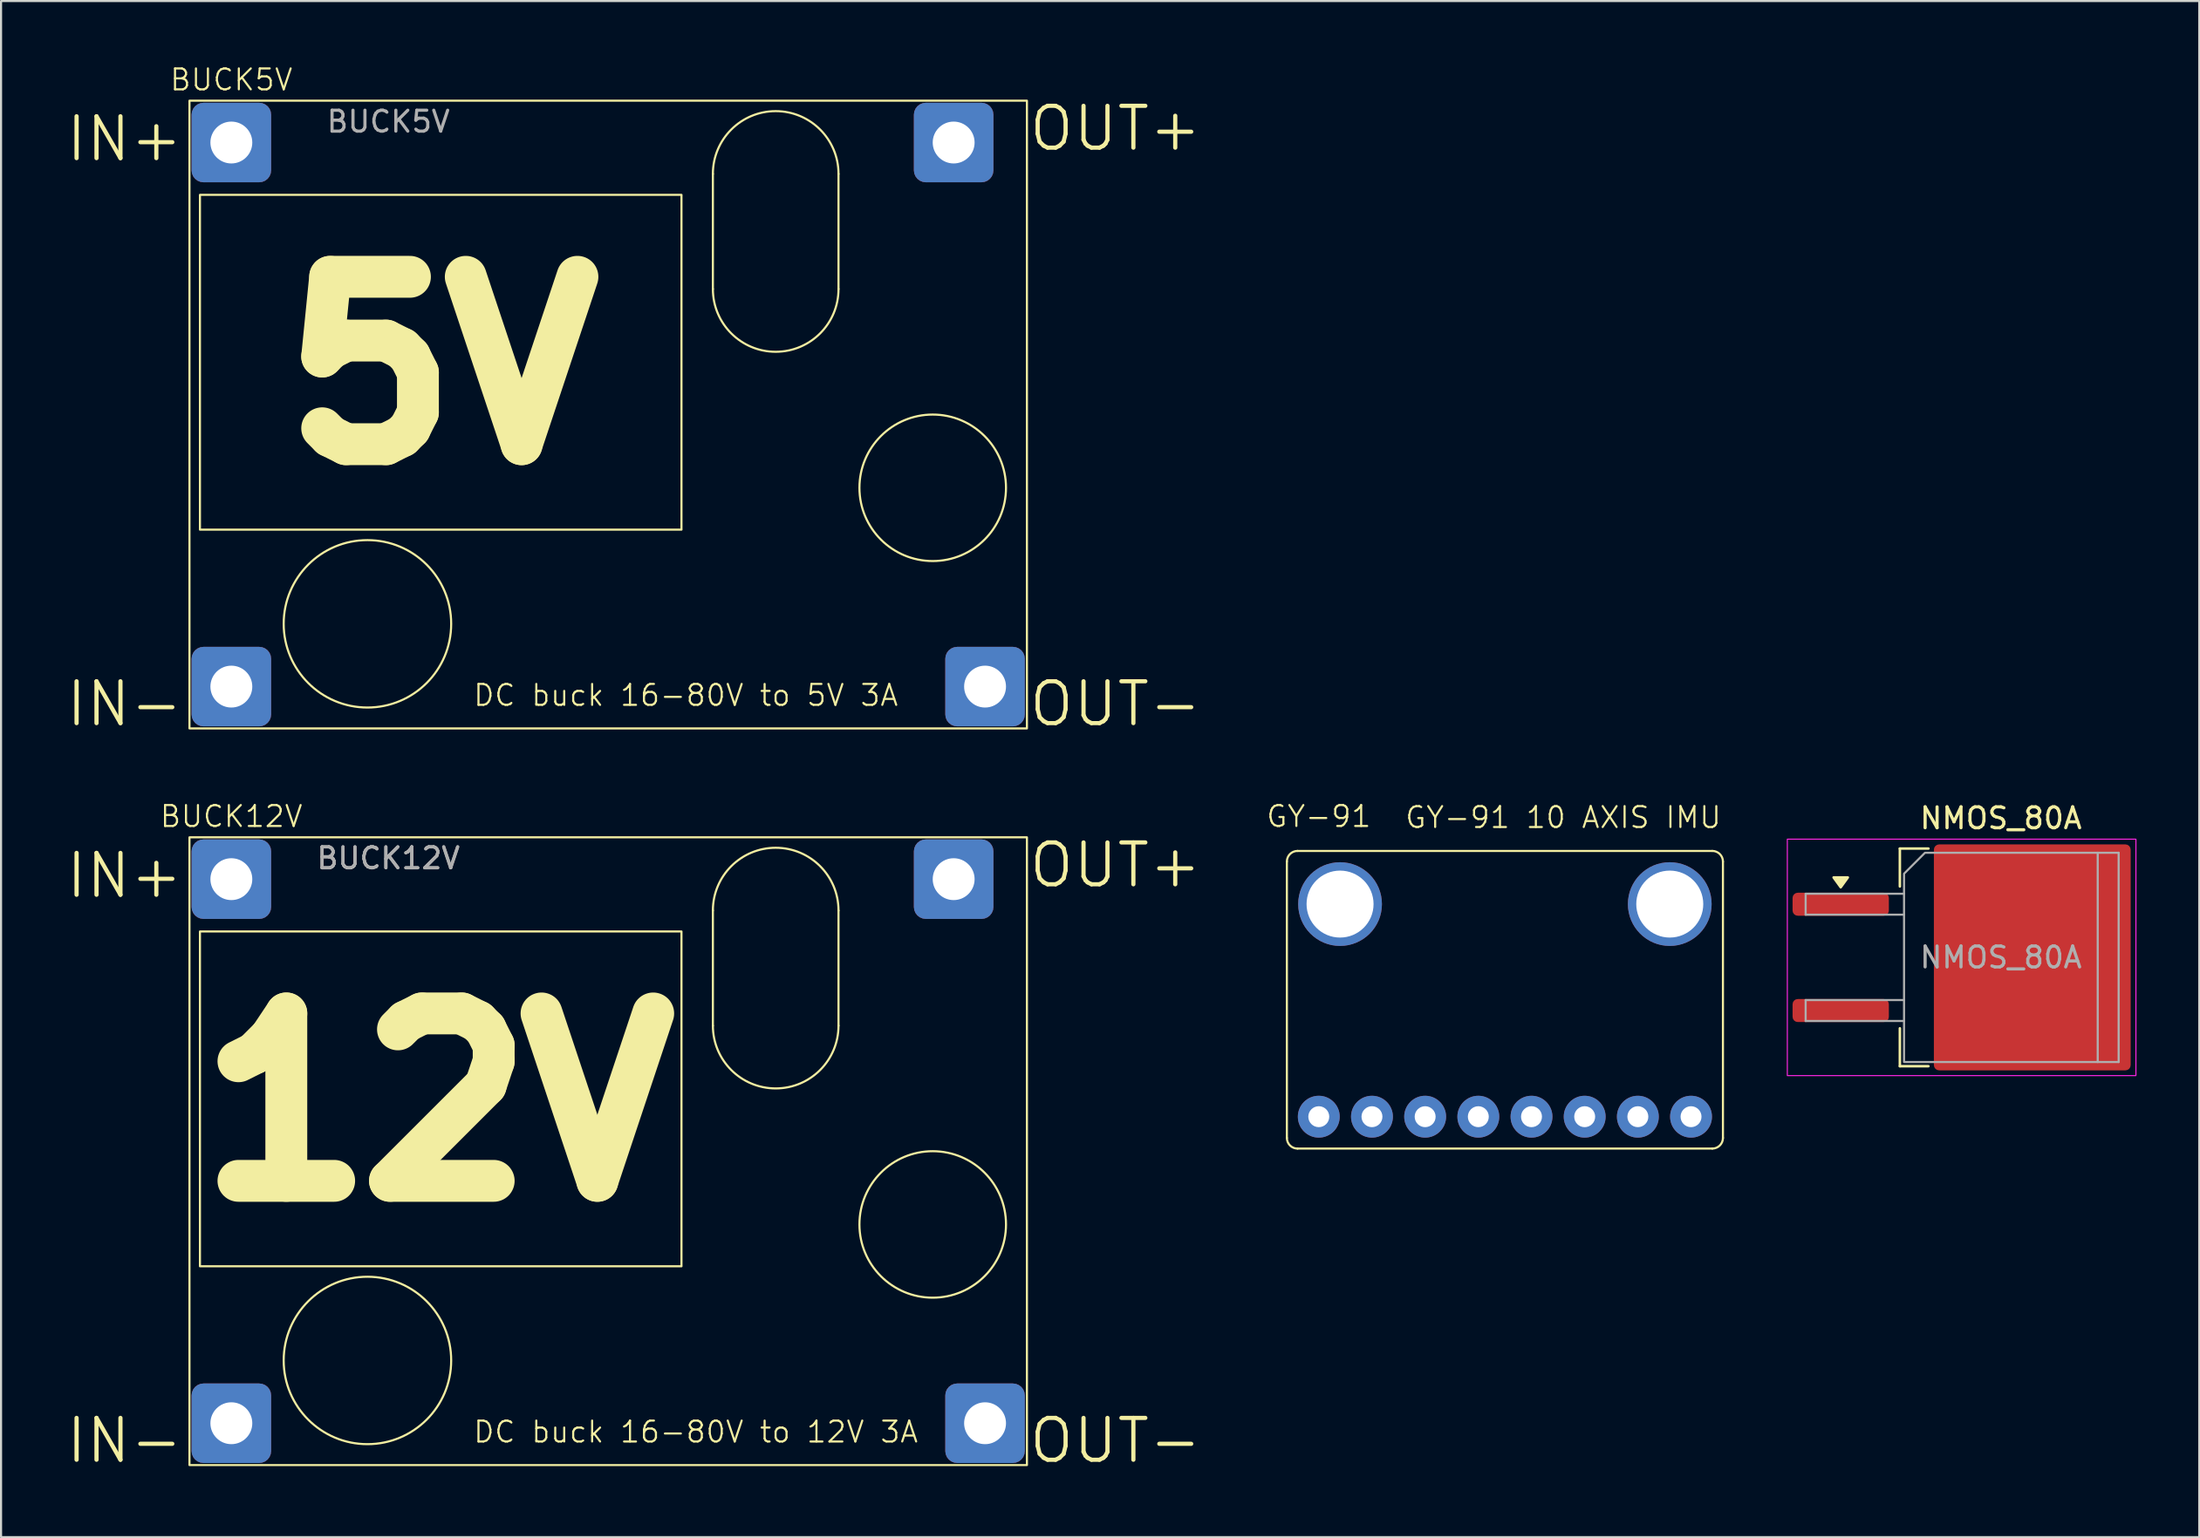
<source format=kicad_pcb>
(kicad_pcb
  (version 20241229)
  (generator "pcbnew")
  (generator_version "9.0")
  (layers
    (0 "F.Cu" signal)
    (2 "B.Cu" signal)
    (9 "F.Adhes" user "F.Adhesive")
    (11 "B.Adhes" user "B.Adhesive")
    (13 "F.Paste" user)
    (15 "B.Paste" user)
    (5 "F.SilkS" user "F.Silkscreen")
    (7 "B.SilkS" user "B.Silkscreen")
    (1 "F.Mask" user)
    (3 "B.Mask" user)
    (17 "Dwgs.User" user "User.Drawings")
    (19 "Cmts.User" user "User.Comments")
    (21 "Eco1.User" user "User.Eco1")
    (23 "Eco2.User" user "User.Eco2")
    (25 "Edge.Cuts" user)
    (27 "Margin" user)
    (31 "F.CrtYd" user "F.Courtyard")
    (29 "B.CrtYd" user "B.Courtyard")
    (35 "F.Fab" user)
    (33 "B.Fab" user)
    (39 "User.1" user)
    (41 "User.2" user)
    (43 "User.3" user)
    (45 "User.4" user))
  (footprint "BUCK5V"
    (layer "F.Cu")
    (at 26 16.761)
    (property "Reference" "BUCK5V" (at -18 -16 0) (unlocked yes) (layer "F.SilkS") (effects (font (size 1 1) (thickness 0.1))))
    (attr smd)
    (fp_line (start 5 -11.5) (end 5 -6) (stroke (width 0.1) (type default)) (layer "F.SilkS"))
    (fp_line (start 11 -6) (end 11 -11.5) (stroke (width 0.1) (type default)) (layer "F.SilkS"))
    (fp_rect (start -20 -15) (end 20 15) (stroke (width 0.1) (type default)) (fill no) (layer "F.SilkS"))
    (fp_rect (start -19.5 -10.5) (end 3.5 5.5) (stroke (width 0.1) (type default)) (fill no) (layer "F.SilkS"))
    (fp_arc (start 5 -11.5) (mid 8 -14.5) (end 11 -11.5) (stroke (width 0.1) (type default)) (layer "F.SilkS"))
    (fp_arc (start 11 -6) (mid 8 -3) (end 5 -6) (stroke (width 0.1) (type default)) (layer "F.SilkS"))
    (fp_circle (center -11.5 10) (end -11.5 6) (stroke (width 0.1) (type default)) (fill no) (layer "F.SilkS"))
    (fp_circle (center 15.5 3.5) (end 15.5 0) (stroke (width 0.1) (type default)) (fill no) (layer "F.SilkS"))
    (fp_text user "IN+" (at -26 -12 0) (unlocked yes) (layer "F.SilkS") (effects (font (size 2 2) (thickness 0.2)) (justify left bottom)))
    (fp_text user "IN-" (at -26 15 0) (unlocked yes) (layer "F.SilkS") (effects (font (size 2 2) (thickness 0.2)) (justify left bottom)))
    (fp_text user "OUT-" (at 20 15 0) (unlocked yes) (layer "F.SilkS") (effects (font (size 2 2) (thickness 0.2)) (justify left bottom)))
    (fp_text user "OUT+" (at 20 -12.5 0) (unlocked yes) (layer "F.SilkS") (effects (font (size 2 2) (thickness 0.2)) (justify left bottom)))
    (fp_text user "DC buck 16-80V to 5V 3A" (at -6.5 14 0) (unlocked yes) (layer "F.SilkS") (effects (font (size 1 1) (thickness 0.1)) (justify left bottom)))
    (fp_text user "5V" (at -16.5 2.5 0) (unlocked yes) (layer "F.SilkS") (effects (font (size 8 8) (thickness 2) (bold yes)) (justify left bottom)))
    (fp_text user "${REFERENCE}" (at -10.5 -14 0) (unlocked yes) (layer "F.Fab") (effects (font (size 1 1) (thickness 0.15))))
    (pad "1" thru_hole roundrect (at -18 -13) (size 3.8 3.8) (drill 2) (layers "*.Cu" "*.Mask") (roundrect_rratio 0.15))
    (pad "2" thru_hole roundrect (at 16.5 -13) (size 3.8 3.8) (drill 2) (layers "*.Cu" "*.Mask") (roundrect_rratio 0.15))
    (pad "3" thru_hole roundrect (at -18 13) (size 3.8 3.8) (drill 2) (layers "*.Cu" "*.Mask") (roundrect_rratio 0.15))
    (pad "4" thru_hole roundrect (at 18 13) (size 3.8 3.8) (drill 2) (layers "*.Cu" "*.Mask") (roundrect_rratio 0.15)))
  (footprint "NMOS_80A"
    (layer "F.Cu")
    (at 92.519 42.701)
    (property "Reference" "NMOS_80A" (at 0 -6.65 0) (layer "F.SilkS") (effects (font (size 1 1) (thickness 0.15))))
    (attr smd)
    (fp_line (start -4.825 -5.2) (end -4.825 -3.39) (stroke (width 0.12) (type solid)) (layer "F.SilkS"))
    (fp_line (start -4.825 5.2) (end -4.825 3.39) (stroke (width 0.12) (type solid)) (layer "F.SilkS"))
    (fp_line (start -3.46 -5.2) (end -4.825 -5.2) (stroke (width 0.12) (type solid)) (layer "F.SilkS"))
    (fp_line (start -3.46 5.2) (end -4.825 5.2) (stroke (width 0.12) (type solid)) (layer "F.SilkS"))
    (fp_poly (pts (xy -7.65 -3.35) (xy -7.99 -3.82) (xy -7.31 -3.82)) (stroke (width 0.12) (type solid)) (fill yes) (layer "F.SilkS"))
    (fp_rect (start -10.2 -5.65) (end 6.45 5.65) (stroke (width 0.05) (type solid)) (fill no) (layer "F.CrtYd"))
    (fp_line (start -9.325 -3.04) (end -9.325 -2.04) (stroke (width 0.1) (type solid)) (layer "F.Fab"))
    (fp_line (start -9.325 -2.04) (end -4.625 -2.04) (stroke (width 0.1) (type solid)) (layer "F.Fab"))
    (fp_line (start -9.325 2.04) (end -9.325 3.04) (stroke (width 0.1) (type solid)) (layer "F.Fab"))
    (fp_line (start -9.325 3.04) (end -4.625 3.04) (stroke (width 0.1) (type solid)) (layer "F.Fab"))
    (fp_line (start -4.625 -3.04) (end -9.325 -3.04) (stroke (width 0.1) (type solid)) (layer "F.Fab"))
    (fp_line (start -4.625 2.04) (end -9.325 2.04) (stroke (width 0.1) (type solid)) (layer "F.Fab"))
    (fp_line (start 4.625 -5) (end 5.625 -5) (stroke (width 0.1) (type solid)) (layer "F.Fab"))
    (fp_line (start 5.625 -5) (end 5.625 5) (stroke (width 0.1) (type solid)) (layer "F.Fab"))
    (fp_line (start 5.625 5) (end 4.625 5) (stroke (width 0.1) (type solid)) (layer "F.Fab"))
    (fp_poly (pts (xy 4.625 -5) (xy 4.625 5) (xy -4.625 5) (xy -4.625 -4) (xy -3.625 -5)) (stroke (width 0.1) (type solid)) (fill no) (layer "F.Fab"))
    (fp_text user "${REFERENCE}" (at 0 0 0) (layer "F.Fab") (effects (font (size 1 1) (thickness 0.15))))
    (pad "" smd roundrect (at -0.925 -2.775) (size 4.55 5.25) (layers "F.Paste") (roundrect_rratio 0.055))
    (pad "" smd roundrect (at -0.925 2.775) (size 4.55 5.25) (layers "F.Paste") (roundrect_rratio 0.055))
    (pad "" smd roundrect (at 3.925 -2.775) (size 4.55 5.25) (layers "F.Paste") (roundrect_rratio 0.055))
    (pad "" smd roundrect (at 3.925 2.775) (size 4.55 5.25) (layers "F.Paste") (roundrect_rratio 0.055))
    (pad "1" smd roundrect (at -7.65 -2.54) (size 4.6 1.1) (layers "F.Cu" "F.Mask" "F.Paste") (roundrect_rratio 0.227))
    (pad "2" smd roundrect (at 1.5 0) (size 9.4 10.8) (layers "F.Cu" "F.Mask") (roundrect_rratio 0.027))
    (pad "3" smd roundrect (at -7.65 2.54) (size 4.6 1.1) (layers "F.Cu" "F.Mask" "F.Paste") (roundrect_rratio 0.227)))
  (footprint "BUCK12V"
    (layer "F.Cu")
    (at 26 51.963)
    (property "Reference" "BUCK12V" (at -18 -16 0) (unlocked yes) (layer "F.SilkS") (effects (font (size 1 1) (thickness 0.1))))
    (attr smd)
    (fp_line (start 5 -11.5) (end 5 -6) (stroke (width 0.1) (type default)) (layer "F.SilkS"))
    (fp_line (start 11 -6) (end 11 -11.5) (stroke (width 0.1) (type default)) (layer "F.SilkS"))
    (fp_rect (start -20 -15) (end 20 15) (stroke (width 0.1) (type default)) (fill no) (layer "F.SilkS"))
    (fp_rect (start -19.5 -10.5) (end 3.5 5.5) (stroke (width 0.1) (type default)) (fill no) (layer "F.SilkS"))
    (fp_arc (start 5 -11.5) (mid 8 -14.5) (end 11 -11.5) (stroke (width 0.1) (type default)) (layer "F.SilkS"))
    (fp_arc (start 11 -6) (mid 8 -3) (end 5 -6) (stroke (width 0.1) (type default)) (layer "F.SilkS"))
    (fp_circle (center -11.5 10) (end -11.5 6) (stroke (width 0.1) (type default)) (fill no) (layer "F.SilkS"))
    (fp_circle (center 15.5 3.5) (end 15.5 0) (stroke (width 0.1) (type default)) (fill no) (layer "F.SilkS"))
    (fp_text user "OUT-" (at 20 15 0) (unlocked yes) (layer "F.SilkS") (effects (font (size 2 2) (thickness 0.2)) (justify left bottom)))
    (fp_text user "OUT+" (at 20 -12.5 0) (unlocked yes) (layer "F.SilkS") (effects (font (size 2 2) (thickness 0.2)) (justify left bottom)))
    (fp_text user "IN+" (at -26 -12 0) (unlocked yes) (layer "F.SilkS") (effects (font (size 2 2) (thickness 0.2)) (justify left bottom)))
    (fp_text user "12V" (at -20.5 2.5 0) (unlocked yes) (layer "F.SilkS") (effects (font (size 8 8) (thickness 2) (bold yes)) (justify left bottom)))
    (fp_text user "DC buck 16-80V to 12V 3A" (at -6.5 14 0) (unlocked yes) (layer "F.SilkS") (effects (font (size 1 1) (thickness 0.1)) (justify left bottom)))
    (fp_text user "IN-" (at -26 15 0) (unlocked yes) (layer "F.SilkS") (effects (font (size 2 2) (thickness 0.2)) (justify left bottom)))
    (fp_text user "${REFERENCE}" (at -10.5 -14 0) (unlocked yes) (layer "F.Fab") (effects (font (size 1 1) (thickness 0.15))))
    (fp_text user "${REFERENCE}" (at -10.5 -14 0) (unlocked yes) (layer "F.Fab") (effects (font (size 1 1) (thickness 0.15))))
    (pad "1" thru_hole roundrect (at -18 -13) (size 3.8 3.8) (drill 2) (layers "*.Cu" "*.Mask") (roundrect_rratio 0.15))
    (pad "2" thru_hole roundrect (at 16.5 -13) (size 3.8 3.8) (drill 2) (layers "*.Cu" "*.Mask") (roundrect_rratio 0.15))
    (pad "3" thru_hole roundrect (at -18 13) (size 3.8 3.8) (drill 2) (layers "*.Cu" "*.Mask") (roundrect_rratio 0.15))
    (pad "4" thru_hole roundrect (at 18 13) (size 3.8 3.8) (drill 2) (layers "*.Cu" "*.Mask") (roundrect_rratio 0.15)))
  (footprint "GY-91"
    (layer "F.Cu")
    (at 59.94 49.298)
    (property "Reference" "GY-91" (at 0 -13.335 0) (unlocked yes) (layer "F.SilkS") (effects (font (size 1 1) (thickness 0.1))))
    (attr smd)
    (fp_line (start -1.524 2.032) (end -1.524 -11.176) (stroke (width 0.1) (type default)) (layer "F.SilkS"))
    (fp_line (start -1.016 -11.684) (end 18.796 -11.684) (stroke (width 0.1) (type default)) (layer "F.SilkS"))
    (fp_line (start -1.016 2.54) (end 18.796 2.54) (stroke (width 0.1) (type default)) (layer "F.SilkS"))
    (fp_line (start 19.304 2.032) (end 19.304 -11.176) (stroke (width 0.1) (type default)) (layer "F.SilkS"))
    (fp_arc (start -1.523999 -11.176) (mid -1.37521 -11.53521) (end -1.016 -11.683999) (stroke (width 0.1) (type default)) (layer "F.SilkS"))
    (fp_arc (start -1.016 2.54) (mid -1.37521 2.39121) (end -1.524 2.032) (stroke (width 0.1) (type default)) (layer "F.SilkS"))
    (fp_arc (start 18.796 -11.684) (mid 19.15521 -11.53521) (end 19.304 -11.176) (stroke (width 0.1) (type default)) (layer "F.SilkS"))
    (fp_arc (start 19.304 2.032) (mid 19.15521 2.39121) (end 18.796 2.54) (stroke (width 0.1) (type default)) (layer "F.SilkS"))
    (fp_text user "GY-91 10 AXIS IMU" (at 4.064 -12.7 0) (unlocked yes) (layer "F.SilkS") (effects (font (size 1 1) (thickness 0.1)) (justify left bottom)))
    (pad "" thru_hole circle (at 1.016 -9.144) (size 4 4) (drill 3.2) (layers "*.Cu" "*.Mask"))
    (pad "" thru_hole circle (at 16.764 -9.144) (size 4 4) (drill 3.2) (layers "*.Cu" "*.Mask"))
    (pad "1" thru_hole circle (at 0 1.016) (size 2 2) (drill 1) (layers "*.Cu" "*.Mask"))
    (pad "2" thru_hole circle (at 2.54 1.016) (size 2 2) (drill 1) (layers "*.Cu" "*.Mask"))
    (pad "3" thru_hole circle (at 5.08 1.016) (size 2 2) (drill 1) (layers "*.Cu" "*.Mask"))
    (pad "4" thru_hole circle (at 7.62 1.016) (size 2 2) (drill 1) (layers "*.Cu" "*.Mask"))
    (pad "5" thru_hole circle (at 10.16 1.016) (size 2 2) (drill 1) (layers "*.Cu" "*.Mask"))
    (pad "6" thru_hole circle (at 12.7 1.016) (size 2 2) (drill 1) (layers "*.Cu" "*.Mask"))
    (pad "7" thru_hole circle (at 15.24 1.016) (size 2 2) (drill 1) (layers "*.Cu" "*.Mask"))
    (pad "8" thru_hole circle (at 17.78 1.016) (size 2 2) (drill 1) (layers "*.Cu" "*.Mask")))
  (gr_rect
    (start -3 -3)
    (end 101.994 70.405)
    (stroke (width 0.1) (type default))
    (fill no)
    (layer "Edge.Cuts")))
</source>
